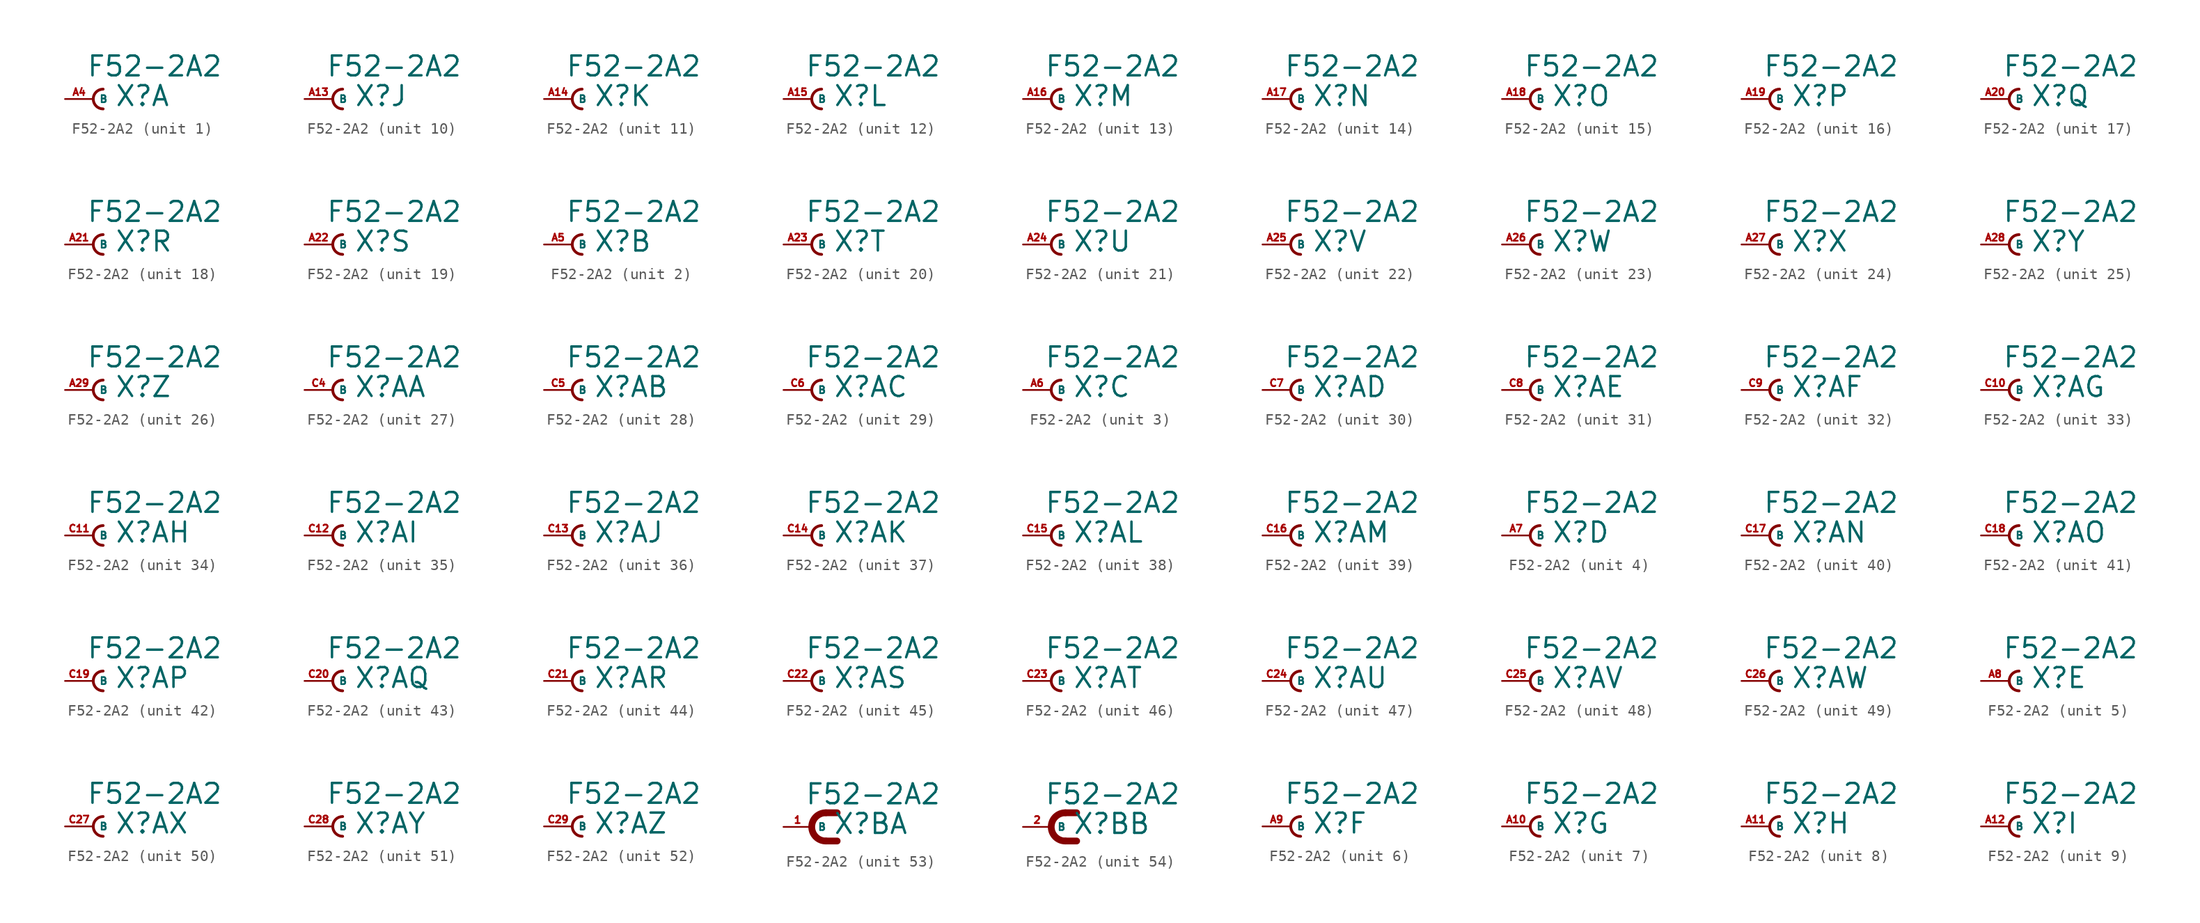
<source format=kicad_sym>
(kicad_symbol_lib
  (version 20220914)
  (generator Eagle2Kicad)
  (symbol "F52-2A2"
    (property "Reference" "X"
      (at 1.905 -0.762 0)
      (effects (font (size 1.778 1.778) (thickness 0.22)) (justify left bottom)))
    (property "Value" "F52-2A2"
      (at -0.635 1.905 0)
      (effects (font (size 1.778 1.778) (thickness 0.22)) (justify left bottom)))
    (symbol "F52-2A2_1_0"
      (arc (start 0.889 0.889) (mid 0.000 0.000) (end 0.889 -0.889) (stroke (width 0.254) (type default)) (fill (type none)))
      (pin passive line (at -2.54 0 0) (length 2.54) (name "B" (effects (font (size 0.635 0.635) (thickness 0.08)) (justify left bottom))) (number "A4" (effects (font (size 0.635 0.635) (thickness 0.08)) (justify left bottom)))))
    (symbol "F52-2A2_2_0"
      (arc (start 0.889 0.889) (mid 0.000 0.000) (end 0.889 -0.889) (stroke (width 0.254) (type default)) (fill (type none)))
      (pin passive line (at -2.54 0 0) (length 2.54) (name "B" (effects (font (size 0.635 0.635) (thickness 0.08)) (justify left bottom))) (number "A5" (effects (font (size 0.635 0.635) (thickness 0.08)) (justify left bottom)))))
    (symbol "F52-2A2_3_0"
      (arc (start 0.889 0.889) (mid 0.000 0.000) (end 0.889 -0.889) (stroke (width 0.254) (type default)) (fill (type none)))
      (pin passive line (at -2.54 0 0) (length 2.54) (name "B" (effects (font (size 0.635 0.635) (thickness 0.08)) (justify left bottom))) (number "A6" (effects (font (size 0.635 0.635) (thickness 0.08)) (justify left bottom)))))
    (symbol "F52-2A2_4_0"
      (arc (start 0.889 0.889) (mid 0.000 0.000) (end 0.889 -0.889) (stroke (width 0.254) (type default)) (fill (type none)))
      (pin passive line (at -2.54 0 0) (length 2.54) (name "B" (effects (font (size 0.635 0.635) (thickness 0.08)) (justify left bottom))) (number "A7" (effects (font (size 0.635 0.635) (thickness 0.08)) (justify left bottom)))))
    (symbol "F52-2A2_5_0"
      (arc (start 0.889 0.889) (mid 0.000 0.000) (end 0.889 -0.889) (stroke (width 0.254) (type default)) (fill (type none)))
      (pin passive line (at -2.54 0 0) (length 2.54) (name "B" (effects (font (size 0.635 0.635) (thickness 0.08)) (justify left bottom))) (number "A8" (effects (font (size 0.635 0.635) (thickness 0.08)) (justify left bottom)))))
    (symbol "F52-2A2_6_0"
      (arc (start 0.889 0.889) (mid 0.000 0.000) (end 0.889 -0.889) (stroke (width 0.254) (type default)) (fill (type none)))
      (pin passive line (at -2.54 0 0) (length 2.54) (name "B" (effects (font (size 0.635 0.635) (thickness 0.08)) (justify left bottom))) (number "A9" (effects (font (size 0.635 0.635) (thickness 0.08)) (justify left bottom)))))
    (symbol "F52-2A2_7_0"
      (arc (start 0.889 0.889) (mid 0.000 0.000) (end 0.889 -0.889) (stroke (width 0.254) (type default)) (fill (type none)))
      (pin passive line (at -2.54 0 0) (length 2.54) (name "B" (effects (font (size 0.635 0.635) (thickness 0.08)) (justify left bottom))) (number "A10" (effects (font (size 0.635 0.635) (thickness 0.08)) (justify left bottom)))))
    (symbol "F52-2A2_8_0"
      (arc (start 0.889 0.889) (mid 0.000 0.000) (end 0.889 -0.889) (stroke (width 0.254) (type default)) (fill (type none)))
      (pin passive line (at -2.54 0 0) (length 2.54) (name "B" (effects (font (size 0.635 0.635) (thickness 0.08)) (justify left bottom))) (number "A11" (effects (font (size 0.635 0.635) (thickness 0.08)) (justify left bottom)))))
    (symbol "F52-2A2_9_0"
      (arc (start 0.889 0.889) (mid 0.000 0.000) (end 0.889 -0.889) (stroke (width 0.254) (type default)) (fill (type none)))
      (pin passive line (at -2.54 0 0) (length 2.54) (name "B" (effects (font (size 0.635 0.635) (thickness 0.08)) (justify left bottom))) (number "A12" (effects (font (size 0.635 0.635) (thickness 0.08)) (justify left bottom)))))
    (symbol "F52-2A2_10_0"
      (arc (start 0.889 0.889) (mid 0.000 0.000) (end 0.889 -0.889) (stroke (width 0.254) (type default)) (fill (type none)))
      (pin passive line (at -2.54 0 0) (length 2.54) (name "B" (effects (font (size 0.635 0.635) (thickness 0.08)) (justify left bottom))) (number "A13" (effects (font (size 0.635 0.635) (thickness 0.08)) (justify left bottom)))))
    (symbol "F52-2A2_11_0"
      (arc (start 0.889 0.889) (mid 0.000 0.000) (end 0.889 -0.889) (stroke (width 0.254) (type default)) (fill (type none)))
      (pin passive line (at -2.54 0 0) (length 2.54) (name "B" (effects (font (size 0.635 0.635) (thickness 0.08)) (justify left bottom))) (number "A14" (effects (font (size 0.635 0.635) (thickness 0.08)) (justify left bottom)))))
    (symbol "F52-2A2_12_0"
      (arc (start 0.889 0.889) (mid 0.000 0.000) (end 0.889 -0.889) (stroke (width 0.254) (type default)) (fill (type none)))
      (pin passive line (at -2.54 0 0) (length 2.54) (name "B" (effects (font (size 0.635 0.635) (thickness 0.08)) (justify left bottom))) (number "A15" (effects (font (size 0.635 0.635) (thickness 0.08)) (justify left bottom)))))
    (symbol "F52-2A2_13_0"
      (arc (start 0.889 0.889) (mid 0.000 0.000) (end 0.889 -0.889) (stroke (width 0.254) (type default)) (fill (type none)))
      (pin passive line (at -2.54 0 0) (length 2.54) (name "B" (effects (font (size 0.635 0.635) (thickness 0.08)) (justify left bottom))) (number "A16" (effects (font (size 0.635 0.635) (thickness 0.08)) (justify left bottom)))))
    (symbol "F52-2A2_14_0"
      (arc (start 0.889 0.889) (mid 0.000 0.000) (end 0.889 -0.889) (stroke (width 0.254) (type default)) (fill (type none)))
      (pin passive line (at -2.54 0 0) (length 2.54) (name "B" (effects (font (size 0.635 0.635) (thickness 0.08)) (justify left bottom))) (number "A17" (effects (font (size 0.635 0.635) (thickness 0.08)) (justify left bottom)))))
    (symbol "F52-2A2_15_0"
      (arc (start 0.889 0.889) (mid 0.000 0.000) (end 0.889 -0.889) (stroke (width 0.254) (type default)) (fill (type none)))
      (pin passive line (at -2.54 0 0) (length 2.54) (name "B" (effects (font (size 0.635 0.635) (thickness 0.08)) (justify left bottom))) (number "A18" (effects (font (size 0.635 0.635) (thickness 0.08)) (justify left bottom)))))
    (symbol "F52-2A2_16_0"
      (arc (start 0.889 0.889) (mid 0.000 0.000) (end 0.889 -0.889) (stroke (width 0.254) (type default)) (fill (type none)))
      (pin passive line (at -2.54 0 0) (length 2.54) (name "B" (effects (font (size 0.635 0.635) (thickness 0.08)) (justify left bottom))) (number "A19" (effects (font (size 0.635 0.635) (thickness 0.08)) (justify left bottom)))))
    (symbol "F52-2A2_17_0"
      (arc (start 0.889 0.889) (mid 0.000 0.000) (end 0.889 -0.889) (stroke (width 0.254) (type default)) (fill (type none)))
      (pin passive line (at -2.54 0 0) (length 2.54) (name "B" (effects (font (size 0.635 0.635) (thickness 0.08)) (justify left bottom))) (number "A20" (effects (font (size 0.635 0.635) (thickness 0.08)) (justify left bottom)))))
    (symbol "F52-2A2_18_0"
      (arc (start 0.889 0.889) (mid 0.000 0.000) (end 0.889 -0.889) (stroke (width 0.254) (type default)) (fill (type none)))
      (pin passive line (at -2.54 0 0) (length 2.54) (name "B" (effects (font (size 0.635 0.635) (thickness 0.08)) (justify left bottom))) (number "A21" (effects (font (size 0.635 0.635) (thickness 0.08)) (justify left bottom)))))
    (symbol "F52-2A2_19_0"
      (arc (start 0.889 0.889) (mid 0.000 0.000) (end 0.889 -0.889) (stroke (width 0.254) (type default)) (fill (type none)))
      (pin passive line (at -2.54 0 0) (length 2.54) (name "B" (effects (font (size 0.635 0.635) (thickness 0.08)) (justify left bottom))) (number "A22" (effects (font (size 0.635 0.635) (thickness 0.08)) (justify left bottom)))))
    (symbol "F52-2A2_20_0"
      (arc (start 0.889 0.889) (mid 0.000 0.000) (end 0.889 -0.889) (stroke (width 0.254) (type default)) (fill (type none)))
      (pin passive line (at -2.54 0 0) (length 2.54) (name "B" (effects (font (size 0.635 0.635) (thickness 0.08)) (justify left bottom))) (number "A23" (effects (font (size 0.635 0.635) (thickness 0.08)) (justify left bottom)))))
    (symbol "F52-2A2_21_0"
      (arc (start 0.889 0.889) (mid 0.000 0.000) (end 0.889 -0.889) (stroke (width 0.254) (type default)) (fill (type none)))
      (pin passive line (at -2.54 0 0) (length 2.54) (name "B" (effects (font (size 0.635 0.635) (thickness 0.08)) (justify left bottom))) (number "A24" (effects (font (size 0.635 0.635) (thickness 0.08)) (justify left bottom)))))
    (symbol "F52-2A2_22_0"
      (arc (start 0.889 0.889) (mid 0.000 0.000) (end 0.889 -0.889) (stroke (width 0.254) (type default)) (fill (type none)))
      (pin passive line (at -2.54 0 0) (length 2.54) (name "B" (effects (font (size 0.635 0.635) (thickness 0.08)) (justify left bottom))) (number "A25" (effects (font (size 0.635 0.635) (thickness 0.08)) (justify left bottom)))))
    (symbol "F52-2A2_23_0"
      (arc (start 0.889 0.889) (mid 0.000 0.000) (end 0.889 -0.889) (stroke (width 0.254) (type default)) (fill (type none)))
      (pin passive line (at -2.54 0 0) (length 2.54) (name "B" (effects (font (size 0.635 0.635) (thickness 0.08)) (justify left bottom))) (number "A26" (effects (font (size 0.635 0.635) (thickness 0.08)) (justify left bottom)))))
    (symbol "F52-2A2_24_0"
      (arc (start 0.889 0.889) (mid 0.000 0.000) (end 0.889 -0.889) (stroke (width 0.254) (type default)) (fill (type none)))
      (pin passive line (at -2.54 0 0) (length 2.54) (name "B" (effects (font (size 0.635 0.635) (thickness 0.08)) (justify left bottom))) (number "A27" (effects (font (size 0.635 0.635) (thickness 0.08)) (justify left bottom)))))
    (symbol "F52-2A2_25_0"
      (arc (start 0.889 0.889) (mid 0.000 0.000) (end 0.889 -0.889) (stroke (width 0.254) (type default)) (fill (type none)))
      (pin passive line (at -2.54 0 0) (length 2.54) (name "B" (effects (font (size 0.635 0.635) (thickness 0.08)) (justify left bottom))) (number "A28" (effects (font (size 0.635 0.635) (thickness 0.08)) (justify left bottom)))))
    (symbol "F52-2A2_26_0"
      (arc (start 0.889 0.889) (mid 0.000 0.000) (end 0.889 -0.889) (stroke (width 0.254) (type default)) (fill (type none)))
      (pin passive line (at -2.54 0 0) (length 2.54) (name "B" (effects (font (size 0.635 0.635) (thickness 0.08)) (justify left bottom))) (number "A29" (effects (font (size 0.635 0.635) (thickness 0.08)) (justify left bottom)))))
    (symbol "F52-2A2_27_0"
      (arc (start 0.889 0.889) (mid 0.000 0.000) (end 0.889 -0.889) (stroke (width 0.254) (type default)) (fill (type none)))
      (pin passive line (at -2.54 0 0) (length 2.54) (name "B" (effects (font (size 0.635 0.635) (thickness 0.08)) (justify left bottom))) (number "C4" (effects (font (size 0.635 0.635) (thickness 0.08)) (justify left bottom)))))
    (symbol "F52-2A2_28_0"
      (arc (start 0.889 0.889) (mid 0.000 0.000) (end 0.889 -0.889) (stroke (width 0.254) (type default)) (fill (type none)))
      (pin passive line (at -2.54 0 0) (length 2.54) (name "B" (effects (font (size 0.635 0.635) (thickness 0.08)) (justify left bottom))) (number "C5" (effects (font (size 0.635 0.635) (thickness 0.08)) (justify left bottom)))))
    (symbol "F52-2A2_29_0"
      (arc (start 0.889 0.889) (mid 0.000 0.000) (end 0.889 -0.889) (stroke (width 0.254) (type default)) (fill (type none)))
      (pin passive line (at -2.54 0 0) (length 2.54) (name "B" (effects (font (size 0.635 0.635) (thickness 0.08)) (justify left bottom))) (number "C6" (effects (font (size 0.635 0.635) (thickness 0.08)) (justify left bottom)))))
    (symbol "F52-2A2_30_0"
      (arc (start 0.889 0.889) (mid 0.000 0.000) (end 0.889 -0.889) (stroke (width 0.254) (type default)) (fill (type none)))
      (pin passive line (at -2.54 0 0) (length 2.54) (name "B" (effects (font (size 0.635 0.635) (thickness 0.08)) (justify left bottom))) (number "C7" (effects (font (size 0.635 0.635) (thickness 0.08)) (justify left bottom)))))
    (symbol "F52-2A2_31_0"
      (arc (start 0.889 0.889) (mid 0.000 0.000) (end 0.889 -0.889) (stroke (width 0.254) (type default)) (fill (type none)))
      (pin passive line (at -2.54 0 0) (length 2.54) (name "B" (effects (font (size 0.635 0.635) (thickness 0.08)) (justify left bottom))) (number "C8" (effects (font (size 0.635 0.635) (thickness 0.08)) (justify left bottom)))))
    (symbol "F52-2A2_32_0"
      (arc (start 0.889 0.889) (mid 0.000 0.000) (end 0.889 -0.889) (stroke (width 0.254) (type default)) (fill (type none)))
      (pin passive line (at -2.54 0 0) (length 2.54) (name "B" (effects (font (size 0.635 0.635) (thickness 0.08)) (justify left bottom))) (number "C9" (effects (font (size 0.635 0.635) (thickness 0.08)) (justify left bottom)))))
    (symbol "F52-2A2_33_0"
      (arc (start 0.889 0.889) (mid 0.000 0.000) (end 0.889 -0.889) (stroke (width 0.254) (type default)) (fill (type none)))
      (pin passive line (at -2.54 0 0) (length 2.54) (name "B" (effects (font (size 0.635 0.635) (thickness 0.08)) (justify left bottom))) (number "C10" (effects (font (size 0.635 0.635) (thickness 0.08)) (justify left bottom)))))
    (symbol "F52-2A2_34_0"
      (arc (start 0.889 0.889) (mid 0.000 0.000) (end 0.889 -0.889) (stroke (width 0.254) (type default)) (fill (type none)))
      (pin passive line (at -2.54 0 0) (length 2.54) (name "B" (effects (font (size 0.635 0.635) (thickness 0.08)) (justify left bottom))) (number "C11" (effects (font (size 0.635 0.635) (thickness 0.08)) (justify left bottom)))))
    (symbol "F52-2A2_35_0"
      (arc (start 0.889 0.889) (mid 0.000 0.000) (end 0.889 -0.889) (stroke (width 0.254) (type default)) (fill (type none)))
      (pin passive line (at -2.54 0 0) (length 2.54) (name "B" (effects (font (size 0.635 0.635) (thickness 0.08)) (justify left bottom))) (number "C12" (effects (font (size 0.635 0.635) (thickness 0.08)) (justify left bottom)))))
    (symbol "F52-2A2_36_0"
      (arc (start 0.889 0.889) (mid 0.000 0.000) (end 0.889 -0.889) (stroke (width 0.254) (type default)) (fill (type none)))
      (pin passive line (at -2.54 0 0) (length 2.54) (name "B" (effects (font (size 0.635 0.635) (thickness 0.08)) (justify left bottom))) (number "C13" (effects (font (size 0.635 0.635) (thickness 0.08)) (justify left bottom)))))
    (symbol "F52-2A2_37_0"
      (arc (start 0.889 0.889) (mid 0.000 0.000) (end 0.889 -0.889) (stroke (width 0.254) (type default)) (fill (type none)))
      (pin passive line (at -2.54 0 0) (length 2.54) (name "B" (effects (font (size 0.635 0.635) (thickness 0.08)) (justify left bottom))) (number "C14" (effects (font (size 0.635 0.635) (thickness 0.08)) (justify left bottom)))))
    (symbol "F52-2A2_38_0"
      (arc (start 0.889 0.889) (mid 0.000 0.000) (end 0.889 -0.889) (stroke (width 0.254) (type default)) (fill (type none)))
      (pin passive line (at -2.54 0 0) (length 2.54) (name "B" (effects (font (size 0.635 0.635) (thickness 0.08)) (justify left bottom))) (number "C15" (effects (font (size 0.635 0.635) (thickness 0.08)) (justify left bottom)))))
    (symbol "F52-2A2_39_0"
      (arc (start 0.889 0.889) (mid 0.000 0.000) (end 0.889 -0.889) (stroke (width 0.254) (type default)) (fill (type none)))
      (pin passive line (at -2.54 0 0) (length 2.54) (name "B" (effects (font (size 0.635 0.635) (thickness 0.08)) (justify left bottom))) (number "C16" (effects (font (size 0.635 0.635) (thickness 0.08)) (justify left bottom)))))
    (symbol "F52-2A2_40_0"
      (arc (start 0.889 0.889) (mid 0.000 0.000) (end 0.889 -0.889) (stroke (width 0.254) (type default)) (fill (type none)))
      (pin passive line (at -2.54 0 0) (length 2.54) (name "B" (effects (font (size 0.635 0.635) (thickness 0.08)) (justify left bottom))) (number "C17" (effects (font (size 0.635 0.635) (thickness 0.08)) (justify left bottom)))))
    (symbol "F52-2A2_41_0"
      (arc (start 0.889 0.889) (mid 0.000 0.000) (end 0.889 -0.889) (stroke (width 0.254) (type default)) (fill (type none)))
      (pin passive line (at -2.54 0 0) (length 2.54) (name "B" (effects (font (size 0.635 0.635) (thickness 0.08)) (justify left bottom))) (number "C18" (effects (font (size 0.635 0.635) (thickness 0.08)) (justify left bottom)))))
    (symbol "F52-2A2_42_0"
      (arc (start 0.889 0.889) (mid 0.000 0.000) (end 0.889 -0.889) (stroke (width 0.254) (type default)) (fill (type none)))
      (pin passive line (at -2.54 0 0) (length 2.54) (name "B" (effects (font (size 0.635 0.635) (thickness 0.08)) (justify left bottom))) (number "C19" (effects (font (size 0.635 0.635) (thickness 0.08)) (justify left bottom)))))
    (symbol "F52-2A2_43_0"
      (arc (start 0.889 0.889) (mid 0.000 0.000) (end 0.889 -0.889) (stroke (width 0.254) (type default)) (fill (type none)))
      (pin passive line (at -2.54 0 0) (length 2.54) (name "B" (effects (font (size 0.635 0.635) (thickness 0.08)) (justify left bottom))) (number "C20" (effects (font (size 0.635 0.635) (thickness 0.08)) (justify left bottom)))))
    (symbol "F52-2A2_44_0"
      (arc (start 0.889 0.889) (mid 0.000 0.000) (end 0.889 -0.889) (stroke (width 0.254) (type default)) (fill (type none)))
      (pin passive line (at -2.54 0 0) (length 2.54) (name "B" (effects (font (size 0.635 0.635) (thickness 0.08)) (justify left bottom))) (number "C21" (effects (font (size 0.635 0.635) (thickness 0.08)) (justify left bottom)))))
    (symbol "F52-2A2_45_0"
      (arc (start 0.889 0.889) (mid 0.000 0.000) (end 0.889 -0.889) (stroke (width 0.254) (type default)) (fill (type none)))
      (pin passive line (at -2.54 0 0) (length 2.54) (name "B" (effects (font (size 0.635 0.635) (thickness 0.08)) (justify left bottom))) (number "C22" (effects (font (size 0.635 0.635) (thickness 0.08)) (justify left bottom)))))
    (symbol "F52-2A2_46_0"
      (arc (start 0.889 0.889) (mid 0.000 0.000) (end 0.889 -0.889) (stroke (width 0.254) (type default)) (fill (type none)))
      (pin passive line (at -2.54 0 0) (length 2.54) (name "B" (effects (font (size 0.635 0.635) (thickness 0.08)) (justify left bottom))) (number "C23" (effects (font (size 0.635 0.635) (thickness 0.08)) (justify left bottom)))))
    (symbol "F52-2A2_47_0"
      (arc (start 0.889 0.889) (mid 0.000 0.000) (end 0.889 -0.889) (stroke (width 0.254) (type default)) (fill (type none)))
      (pin passive line (at -2.54 0 0) (length 2.54) (name "B" (effects (font (size 0.635 0.635) (thickness 0.08)) (justify left bottom))) (number "C24" (effects (font (size 0.635 0.635) (thickness 0.08)) (justify left bottom)))))
    (symbol "F52-2A2_48_0"
      (arc (start 0.889 0.889) (mid 0.000 0.000) (end 0.889 -0.889) (stroke (width 0.254) (type default)) (fill (type none)))
      (pin passive line (at -2.54 0 0) (length 2.54) (name "B" (effects (font (size 0.635 0.635) (thickness 0.08)) (justify left bottom))) (number "C25" (effects (font (size 0.635 0.635) (thickness 0.08)) (justify left bottom)))))
    (symbol "F52-2A2_49_0"
      (arc (start 0.889 0.889) (mid 0.000 0.000) (end 0.889 -0.889) (stroke (width 0.254) (type default)) (fill (type none)))
      (pin passive line (at -2.54 0 0) (length 2.54) (name "B" (effects (font (size 0.635 0.635) (thickness 0.08)) (justify left bottom))) (number "C26" (effects (font (size 0.635 0.635) (thickness 0.08)) (justify left bottom)))))
    (symbol "F52-2A2_50_0"
      (arc (start 0.889 0.889) (mid 0.000 0.000) (end 0.889 -0.889) (stroke (width 0.254) (type default)) (fill (type none)))
      (pin passive line (at -2.54 0 0) (length 2.54) (name "B" (effects (font (size 0.635 0.635) (thickness 0.08)) (justify left bottom))) (number "C27" (effects (font (size 0.635 0.635) (thickness 0.08)) (justify left bottom)))))
    (symbol "F52-2A2_51_0"
      (arc (start 0.889 0.889) (mid 0.000 0.000) (end 0.889 -0.889) (stroke (width 0.254) (type default)) (fill (type none)))
      (pin passive line (at -2.54 0 0) (length 2.54) (name "B" (effects (font (size 0.635 0.635) (thickness 0.08)) (justify left bottom))) (number "C28" (effects (font (size 0.635 0.635) (thickness 0.08)) (justify left bottom)))))
    (symbol "F52-2A2_52_0"
      (arc (start 0.889 0.889) (mid 0.000 0.000) (end 0.889 -0.889) (stroke (width 0.254) (type default)) (fill (type none)))
      (pin passive line (at -2.54 0 0) (length 2.54) (name "B" (effects (font (size 0.635 0.635) (thickness 0.08)) (justify left bottom))) (number "C29" (effects (font (size 0.635 0.635) (thickness 0.08)) (justify left bottom)))))
    (symbol "F52-2A2_53_0"
      (arc (start 1.27 1.27) (mid 0.000 0.000) (end 1.27 -1.27) (stroke (width 0.6096) (type default)) (fill (type none)))
      (polyline (pts (xy 1.27 1.27) (xy 2.286 1.27)) (stroke (width 0.61) (type default)) (fill (type none)))
      (polyline (pts (xy 1.27 -1.27) (xy 2.286 -1.27)) (stroke (width 0.61) (type default)) (fill (type none)))
      (pin passive line (at -2.54 0 0) (length 2.54) (name "B" (effects (font (size 0.635 0.635) (thickness 0.08)) (justify left bottom))) (number "1" (effects (font (size 0.635 0.635) (thickness 0.08)) (justify left bottom)))))
    (symbol "F52-2A2_54_0"
      (arc (start 1.27 1.27) (mid 0.000 0.000) (end 1.27 -1.27) (stroke (width 0.6096) (type default)) (fill (type none)))
      (polyline (pts (xy 1.27 1.27) (xy 2.286 1.27)) (stroke (width 0.61) (type default)) (fill (type none)))
      (polyline (pts (xy 1.27 -1.27) (xy 2.286 -1.27)) (stroke (width 0.61) (type default)) (fill (type none)))
      (pin passive line (at -2.54 0 0) (length 2.54) (name "B" (effects (font (size 0.635 0.635) (thickness 0.08)) (justify left bottom))) (number "2" (effects (font (size 0.635 0.635) (thickness 0.08)) (justify left bottom)))))))
</source>
